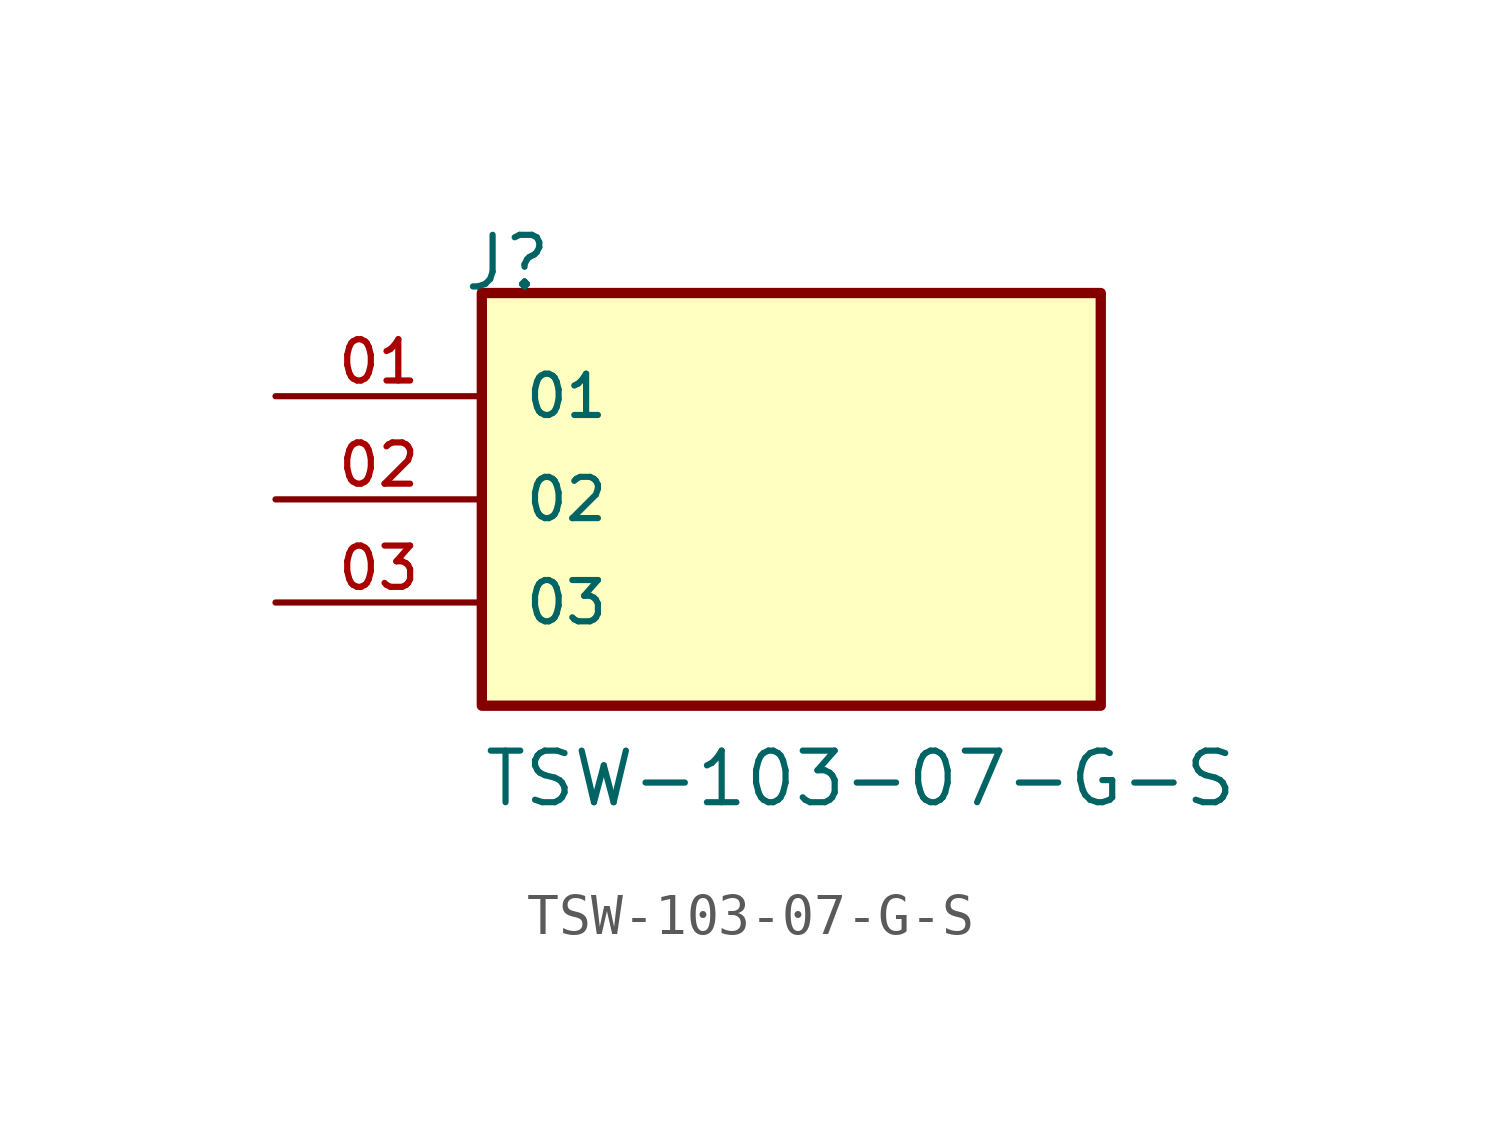
<source format=kicad_sym>
(kicad_symbol_lib
  (version 20211014)
  (generator kicad_symbol_editor)
  (symbol "TSW-103-07-G-S"
    (pin_names
      (offset 1.016))
    (property "Reference" "J"
      (at -8.12 5.08 0)
      (effects (font (size 1.27 1.27)) (justify bottom left)))
    (property "Value" "TSW-103-07-G-S"
      (at -7.62 -7.62 0)
      (effects (font (size 1.27 1.27)) (justify bottom left)))
    (symbol "TSW-103-07-G-S_0_0"
      (rectangle (start -7.62 -5.08) (end 7.62 5.08) (stroke (width 0.254)) (fill (type background)))
      (pin passive line (at -12.7 2.54 0) (length 5.08) (name "01" (effects (font (size 1.016 1.016)))) (number "01" (effects (font (size 1.016 1.016)))))
      (pin passive line (at -12.7 0.0 0) (length 5.08) (name "02" (effects (font (size 1.016 1.016)))) (number "02" (effects (font (size 1.016 1.016)))))
      (pin passive line (at -12.7 -2.54 0) (length 5.08) (name "03" (effects (font (size 1.016 1.016)))) (number "03" (effects (font (size 1.016 1.016))))))))
</source>
